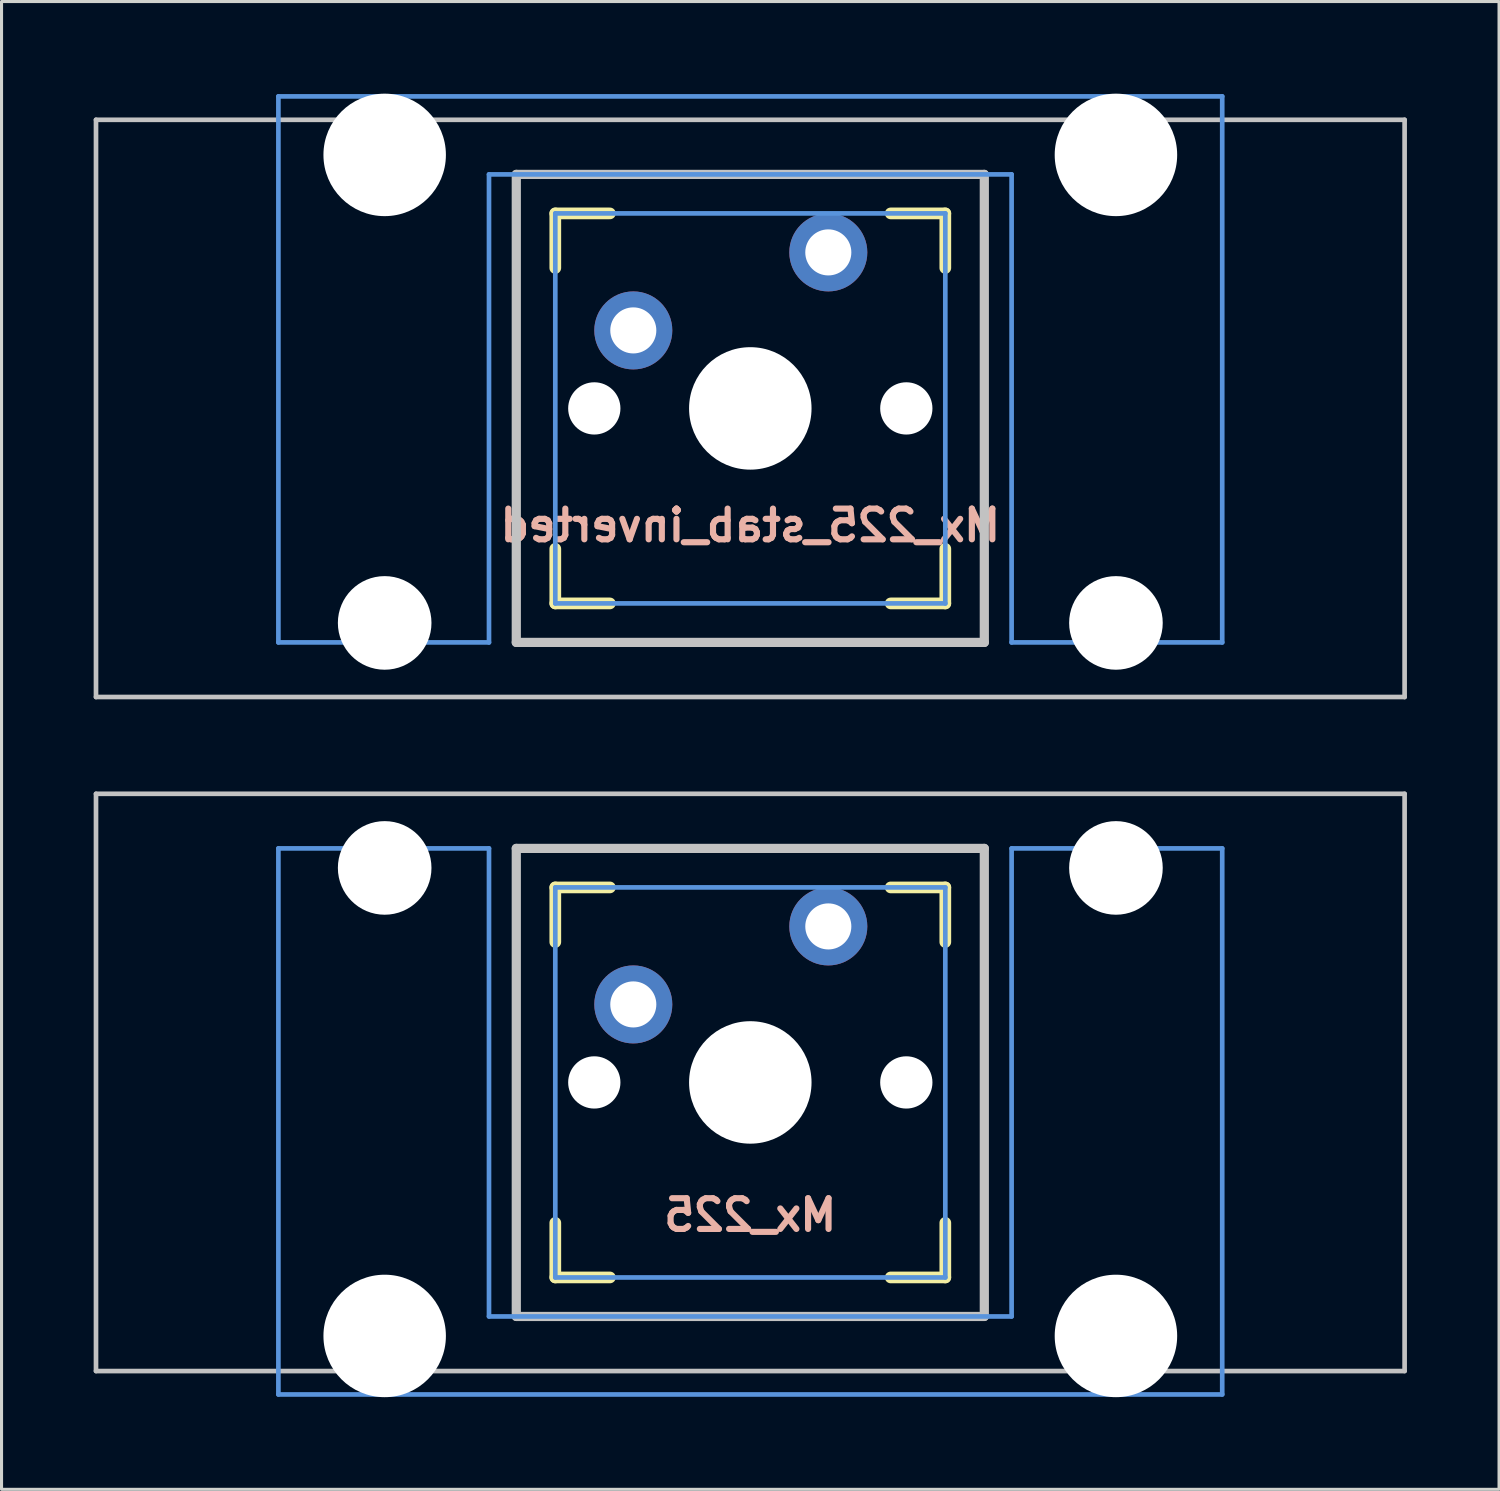
<source format=kicad_pcb>
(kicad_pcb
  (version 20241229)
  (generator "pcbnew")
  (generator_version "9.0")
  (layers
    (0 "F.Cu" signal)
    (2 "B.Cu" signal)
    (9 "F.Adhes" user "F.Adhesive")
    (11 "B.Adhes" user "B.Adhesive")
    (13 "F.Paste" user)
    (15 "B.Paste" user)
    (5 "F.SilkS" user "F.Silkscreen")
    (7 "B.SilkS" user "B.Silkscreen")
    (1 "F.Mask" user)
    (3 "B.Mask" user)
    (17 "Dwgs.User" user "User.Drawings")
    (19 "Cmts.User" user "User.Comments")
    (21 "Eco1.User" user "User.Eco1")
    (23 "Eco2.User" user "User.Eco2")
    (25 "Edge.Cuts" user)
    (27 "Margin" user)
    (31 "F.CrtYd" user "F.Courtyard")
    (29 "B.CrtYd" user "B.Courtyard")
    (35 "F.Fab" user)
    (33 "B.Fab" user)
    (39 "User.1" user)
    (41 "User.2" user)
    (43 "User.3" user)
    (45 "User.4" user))
  (footprint "Mx_225_stab_inverted"
    (layer "F.Cu")
    (at 21.382 10.249)
    (property "Reference" "Mx_225_stab_inverted" (at 0 3.81 180) (layer "B.SilkS") (effects (font (size 1 1) (thickness 0.2)) (justify mirror)))
    (attr through_hole)
    (fp_line (start -6.35 -6.35) (end -4.572 -6.35) (stroke (width 0.381) (type solid)) (layer "F.SilkS"))
    (fp_line (start -6.35 -4.572) (end -6.35 -6.35) (stroke (width 0.381) (type solid)) (layer "F.SilkS"))
    (fp_line (start -6.35 6.35) (end -6.35 4.572) (stroke (width 0.381) (type solid)) (layer "F.SilkS"))
    (fp_line (start -4.572 6.35) (end -6.35 6.35) (stroke (width 0.381) (type solid)) (layer "F.SilkS"))
    (fp_line (start 4.572 -6.35) (end 6.35 -6.35) (stroke (width 0.381) (type solid)) (layer "F.SilkS"))
    (fp_line (start 6.35 -6.35) (end 6.35 -4.572) (stroke (width 0.381) (type solid)) (layer "F.SilkS"))
    (fp_line (start 6.35 4.572) (end 6.35 6.35) (stroke (width 0.381) (type solid)) (layer "F.SilkS"))
    (fp_line (start 6.35 6.35) (end 4.572 6.35) (stroke (width 0.381) (type solid)) (layer "F.SilkS"))
    (fp_line (start -21.306 -9.398) (end 21.306 -9.398) (stroke (width 0.152) (type solid)) (layer "Dwgs.User"))
    (fp_line (start -21.306 9.398) (end -21.306 -9.398) (stroke (width 0.152) (type solid)) (layer "Dwgs.User"))
    (fp_line (start -7.62 -7.62) (end 7.62 -7.62) (stroke (width 0.3) (type solid)) (layer "Dwgs.User"))
    (fp_line (start -7.62 7.62) (end -7.62 -7.62) (stroke (width 0.3) (type solid)) (layer "Dwgs.User"))
    (fp_line (start 7.62 -7.62) (end 7.62 7.62) (stroke (width 0.3) (type solid)) (layer "Dwgs.User"))
    (fp_line (start 7.62 7.62) (end -7.62 7.62) (stroke (width 0.3) (type solid)) (layer "Dwgs.User"))
    (fp_line (start 21.306 -9.398) (end 21.306 9.398) (stroke (width 0.152) (type solid)) (layer "Dwgs.User"))
    (fp_line (start 21.306 9.398) (end -21.306 9.398) (stroke (width 0.152) (type solid)) (layer "Dwgs.User"))
    (fp_line (start -15.367 -10.16) (end -15.367 7.62) (stroke (width 0.152) (type solid)) (layer "Cmts.User"))
    (fp_line (start -15.367 7.62) (end -8.509 7.62) (stroke (width 0.152) (type solid)) (layer "Cmts.User"))
    (fp_line (start -8.509 -7.62) (end 8.509 -7.62) (stroke (width 0.152) (type solid)) (layer "Cmts.User"))
    (fp_line (start -8.509 7.62) (end -8.509 -7.62) (stroke (width 0.152) (type solid)) (layer "Cmts.User"))
    (fp_line (start -6.35 -6.35) (end 6.35 -6.35) (stroke (width 0.152) (type solid)) (layer "Cmts.User"))
    (fp_line (start -6.35 6.35) (end -6.35 -6.35) (stroke (width 0.152) (type solid)) (layer "Cmts.User"))
    (fp_line (start 6.35 -6.35) (end 6.35 6.35) (stroke (width 0.152) (type solid)) (layer "Cmts.User"))
    (fp_line (start 6.35 6.35) (end -6.35 6.35) (stroke (width 0.152) (type solid)) (layer "Cmts.User"))
    (fp_line (start 8.509 -7.62) (end 8.509 7.62) (stroke (width 0.152) (type solid)) (layer "Cmts.User"))
    (fp_line (start 8.509 7.62) (end 15.367 7.62) (stroke (width 0.152) (type solid)) (layer "Cmts.User"))
    (fp_line (start 15.367 -10.16) (end -15.367 -10.16) (stroke (width 0.152) (type solid)) (layer "Cmts.User"))
    (fp_line (start 15.367 7.62) (end 15.367 -10.16) (stroke (width 0.152) (type solid)) (layer "Cmts.User"))
    (fp_line (start -16.129 -0.508) (end -15.265 -0.508) (stroke (width 0.152) (type solid)) (layer "Eco2.User"))
    (fp_line (start -16.129 2.286) (end -16.129 -0.508) (stroke (width 0.152) (type solid)) (layer "Eco2.User"))
    (fp_line (start -15.265 -6.604) (end -14.224 -6.604) (stroke (width 0.152) (type solid)) (layer "Eco2.User"))
    (fp_line (start -15.265 -0.508) (end -15.265 -6.604) (stroke (width 0.152) (type solid)) (layer "Eco2.User"))
    (fp_line (start -15.265 2.286) (end -16.129 2.286) (stroke (width 0.152) (type solid)) (layer "Eco2.User"))
    (fp_line (start -15.265 5.69) (end -15.265 2.286) (stroke (width 0.152) (type solid)) (layer "Eco2.User"))
    (fp_line (start -14.224 -7.772) (end -9.652 -7.772) (stroke (width 0.152) (type solid)) (layer "Eco2.User"))
    (fp_line (start -14.224 -6.604) (end -14.224 -7.772) (stroke (width 0.152) (type solid)) (layer "Eco2.User"))
    (fp_line (start -9.652 -7.772) (end -9.652 -6.604) (stroke (width 0.152) (type solid)) (layer "Eco2.User"))
    (fp_line (start -9.652 -6.604) (end -8.611 -6.604) (stroke (width 0.152) (type solid)) (layer "Eco2.User"))
    (fp_line (start -8.611 -6.604) (end -8.611 -5.817) (stroke (width 0.152) (type solid)) (layer "Eco2.User"))
    (fp_line (start -8.611 -5.817) (end -6.985 -5.817) (stroke (width 0.152) (type solid)) (layer "Eco2.User"))
    (fp_line (start -8.611 4.877) (end -8.611 5.69) (stroke (width 0.152) (type solid)) (layer "Eco2.User"))
    (fp_line (start -8.611 5.69) (end -15.265 5.69) (stroke (width 0.152) (type solid)) (layer "Eco2.User"))
    (fp_line (start -6.985 -6.985) (end 6.985 -6.985) (stroke (width 0.152) (type solid)) (layer "Eco2.User"))
    (fp_line (start -6.985 -6.985) (end 6.985 -6.985) (stroke (width 0.152) (type solid)) (layer "Eco2.User"))
    (fp_line (start -6.985 -5.817) (end -6.985 -6.985) (stroke (width 0.152) (type solid)) (layer "Eco2.User"))
    (fp_line (start -6.985 4.877) (end -8.611 4.877) (stroke (width 0.152) (type solid)) (layer "Eco2.User"))
    (fp_line (start -6.985 6.985) (end -6.985 -6.985) (stroke (width 0.152) (type solid)) (layer "Eco2.User"))
    (fp_line (start -6.985 6.985) (end -6.985 4.877) (stroke (width 0.152) (type solid)) (layer "Eco2.User"))
    (fp_line (start 6.985 -6.985) (end 6.985 -5.817) (stroke (width 0.152) (type solid)) (layer "Eco2.User"))
    (fp_line (start 6.985 -6.985) (end 6.985 6.985) (stroke (width 0.152) (type solid)) (layer "Eco2.User"))
    (fp_line (start 6.985 -5.817) (end 8.611 -5.817) (stroke (width 0.152) (type solid)) (layer "Eco2.User"))
    (fp_line (start 6.985 4.877) (end 6.985 6.985) (stroke (width 0.152) (type solid)) (layer "Eco2.User"))
    (fp_line (start 6.985 6.985) (end -6.985 6.985) (stroke (width 0.152) (type solid)) (layer "Eco2.User"))
    (fp_line (start 6.985 6.985) (end -6.985 6.985) (stroke (width 0.152) (type solid)) (layer "Eco2.User"))
    (fp_line (start 8.611 -6.604) (end 9.652 -6.604) (stroke (width 0.152) (type solid)) (layer "Eco2.User"))
    (fp_line (start 8.611 -5.817) (end 8.611 -6.604) (stroke (width 0.152) (type solid)) (layer "Eco2.User"))
    (fp_line (start 8.611 4.877) (end 6.985 4.877) (stroke (width 0.152) (type solid)) (layer "Eco2.User"))
    (fp_line (start 8.611 5.69) (end 8.611 4.877) (stroke (width 0.152) (type solid)) (layer "Eco2.User"))
    (fp_line (start 9.652 -7.772) (end 14.224 -7.772) (stroke (width 0.152) (type solid)) (layer "Eco2.User"))
    (fp_line (start 9.652 -6.604) (end 9.652 -7.772) (stroke (width 0.152) (type solid)) (layer "Eco2.User"))
    (fp_line (start 14.224 -7.772) (end 14.224 -6.604) (stroke (width 0.152) (type solid)) (layer "Eco2.User"))
    (fp_line (start 14.224 -6.604) (end 15.265 -6.604) (stroke (width 0.152) (type solid)) (layer "Eco2.User"))
    (fp_line (start 15.265 -6.604) (end 15.265 -0.508) (stroke (width 0.152) (type solid)) (layer "Eco2.User"))
    (fp_line (start 15.265 -0.508) (end 16.129 -0.508) (stroke (width 0.152) (type solid)) (layer "Eco2.User"))
    (fp_line (start 15.265 2.286) (end 15.265 5.69) (stroke (width 0.152) (type solid)) (layer "Eco2.User"))
    (fp_line (start 15.265 5.69) (end 8.611 5.69) (stroke (width 0.152) (type solid)) (layer "Eco2.User"))
    (fp_line (start 16.129 -0.508) (end 16.129 2.286) (stroke (width 0.152) (type solid)) (layer "Eco2.User"))
    (fp_line (start 16.129 2.286) (end 15.265 2.286) (stroke (width 0.152) (type solid)) (layer "Eco2.User"))
    (pad "" np_thru_hole circle (at -11.906 -8.255 180) (size 3.988 3.988) (drill 3.988) (layers "*.Cu" "*.Mask"))
    (pad "" np_thru_hole circle (at -11.906 6.985 180) (size 3.048 3.048) (drill 3.048) (layers "*.Cu" "*.Mask"))
    (pad "" np_thru_hole circle (at -5.08 0 180) (size 1.702 1.702) (drill 1.702) (layers "*.Cu" "*.Mask"))
    (pad "" np_thru_hole circle (at 0 0 180) (size 3.988 3.988) (drill 3.988) (layers "*.Cu" "*.Mask"))
    (pad "" np_thru_hole circle (at 5.08 0 180) (size 1.702 1.702) (drill 1.702) (layers "*.Cu" "*.Mask"))
    (pad "" np_thru_hole circle (at 11.906 -8.255 180) (size 3.988 3.988) (drill 3.988) (layers "*.Cu" "*.Mask"))
    (pad "" np_thru_hole circle (at 11.906 6.985 180) (size 3.048 3.048) (drill 3.048) (layers "*.Cu" "*.Mask"))
    (pad "1" thru_hole circle (at 2.54 -5.08) (size 2.54 2.54) (drill 1.5) (layers "*.Cu" "*.Mask"))
    (pad "2" thru_hole circle (at -3.81 -2.54) (size 2.54 2.54) (drill 1.5) (layers "*.Cu" "*.Mask")))
  (footprint "Mx_225"
    (layer "F.Cu")
    (at 21.382 32.197)
    (property "Reference" "Mx_225" (at 0 4.318 0) (layer "B.SilkS") (effects (font (size 1 1) (thickness 0.2)) (justify mirror)))
    (attr through_hole)
    (fp_line (start -6.35 -6.35) (end -4.572 -6.35) (stroke (width 0.381) (type solid)) (layer "F.SilkS"))
    (fp_line (start -6.35 -4.572) (end -6.35 -6.35) (stroke (width 0.381) (type solid)) (layer "F.SilkS"))
    (fp_line (start -6.35 6.35) (end -6.35 4.572) (stroke (width 0.381) (type solid)) (layer "F.SilkS"))
    (fp_line (start -4.572 6.35) (end -6.35 6.35) (stroke (width 0.381) (type solid)) (layer "F.SilkS"))
    (fp_line (start 4.572 -6.35) (end 6.35 -6.35) (stroke (width 0.381) (type solid)) (layer "F.SilkS"))
    (fp_line (start 6.35 -6.35) (end 6.35 -4.572) (stroke (width 0.381) (type solid)) (layer "F.SilkS"))
    (fp_line (start 6.35 4.572) (end 6.35 6.35) (stroke (width 0.381) (type solid)) (layer "F.SilkS"))
    (fp_line (start 6.35 6.35) (end 4.572 6.35) (stroke (width 0.381) (type solid)) (layer "F.SilkS"))
    (fp_line (start -21.306 -9.398) (end 21.306 -9.398) (stroke (width 0.152) (type solid)) (layer "Dwgs.User"))
    (fp_line (start -21.306 9.398) (end -21.306 -9.398) (stroke (width 0.152) (type solid)) (layer "Dwgs.User"))
    (fp_line (start -7.62 -7.62) (end 7.62 -7.62) (stroke (width 0.3) (type solid)) (layer "Dwgs.User"))
    (fp_line (start -7.62 7.62) (end -7.62 -7.62) (stroke (width 0.3) (type solid)) (layer "Dwgs.User"))
    (fp_line (start 7.62 -7.62) (end 7.62 7.62) (stroke (width 0.3) (type solid)) (layer "Dwgs.User"))
    (fp_line (start 7.62 7.62) (end -7.62 7.62) (stroke (width 0.3) (type solid)) (layer "Dwgs.User"))
    (fp_line (start 21.306 -9.398) (end 21.306 9.398) (stroke (width 0.152) (type solid)) (layer "Dwgs.User"))
    (fp_line (start 21.306 9.398) (end -21.306 9.398) (stroke (width 0.152) (type solid)) (layer "Dwgs.User"))
    (fp_line (start -15.367 -7.62) (end -15.367 10.16) (stroke (width 0.152) (type solid)) (layer "Cmts.User"))
    (fp_line (start -15.367 10.16) (end 15.367 10.16) (stroke (width 0.152) (type solid)) (layer "Cmts.User"))
    (fp_line (start -8.509 -7.62) (end -15.367 -7.62) (stroke (width 0.152) (type solid)) (layer "Cmts.User"))
    (fp_line (start -8.509 7.62) (end -8.509 -7.62) (stroke (width 0.152) (type solid)) (layer "Cmts.User"))
    (fp_line (start -6.35 -6.35) (end 6.35 -6.35) (stroke (width 0.152) (type solid)) (layer "Cmts.User"))
    (fp_line (start -6.35 6.35) (end -6.35 -6.35) (stroke (width 0.152) (type solid)) (layer "Cmts.User"))
    (fp_line (start 6.35 -6.35) (end 6.35 6.35) (stroke (width 0.152) (type solid)) (layer "Cmts.User"))
    (fp_line (start 6.35 6.35) (end -6.35 6.35) (stroke (width 0.152) (type solid)) (layer "Cmts.User"))
    (fp_line (start 8.509 -7.62) (end 8.509 7.62) (stroke (width 0.152) (type solid)) (layer "Cmts.User"))
    (fp_line (start 8.509 7.62) (end -8.509 7.62) (stroke (width 0.152) (type solid)) (layer "Cmts.User"))
    (fp_line (start 15.367 -7.62) (end 8.509 -7.62) (stroke (width 0.152) (type solid)) (layer "Cmts.User"))
    (fp_line (start 15.367 10.16) (end 15.367 -7.62) (stroke (width 0.152) (type solid)) (layer "Cmts.User"))
    (fp_line (start -16.129 -2.286) (end -15.265 -2.286) (stroke (width 0.152) (type solid)) (layer "Eco2.User"))
    (fp_line (start -16.129 0.508) (end -16.129 -2.286) (stroke (width 0.152) (type solid)) (layer "Eco2.User"))
    (fp_line (start -15.265 -5.69) (end -8.611 -5.69) (stroke (width 0.152) (type solid)) (layer "Eco2.User"))
    (fp_line (start -15.265 -2.286) (end -15.265 -5.69) (stroke (width 0.152) (type solid)) (layer "Eco2.User"))
    (fp_line (start -15.265 0.508) (end -16.129 0.508) (stroke (width 0.152) (type solid)) (layer "Eco2.User"))
    (fp_line (start -15.265 6.604) (end -15.265 0.508) (stroke (width 0.152) (type solid)) (layer "Eco2.User"))
    (fp_line (start -14.224 6.604) (end -15.265 6.604) (stroke (width 0.152) (type solid)) (layer "Eco2.User"))
    (fp_line (start -14.224 7.772) (end -14.224 6.604) (stroke (width 0.152) (type solid)) (layer "Eco2.User"))
    (fp_line (start -9.652 6.604) (end -9.652 7.772) (stroke (width 0.152) (type solid)) (layer "Eco2.User"))
    (fp_line (start -9.652 7.772) (end -14.224 7.772) (stroke (width 0.152) (type solid)) (layer "Eco2.User"))
    (fp_line (start -8.611 -5.69) (end -8.611 -4.877) (stroke (width 0.152) (type solid)) (layer "Eco2.User"))
    (fp_line (start -8.611 -4.877) (end -6.985 -4.877) (stroke (width 0.152) (type solid)) (layer "Eco2.User"))
    (fp_line (start -8.611 5.817) (end -8.611 6.604) (stroke (width 0.152) (type solid)) (layer "Eco2.User"))
    (fp_line (start -8.611 6.604) (end -9.652 6.604) (stroke (width 0.152) (type solid)) (layer "Eco2.User"))
    (fp_line (start -6.985 -6.985) (end 6.985 -6.985) (stroke (width 0.152) (type solid)) (layer "Eco2.User"))
    (fp_line (start -6.985 -6.985) (end 6.985 -6.985) (stroke (width 0.152) (type solid)) (layer "Eco2.User"))
    (fp_line (start -6.985 -4.877) (end -6.985 -6.985) (stroke (width 0.152) (type solid)) (layer "Eco2.User"))
    (fp_line (start -6.985 5.817) (end -8.611 5.817) (stroke (width 0.152) (type solid)) (layer "Eco2.User"))
    (fp_line (start -6.985 6.985) (end -6.985 -6.985) (stroke (width 0.152) (type solid)) (layer "Eco2.User"))
    (fp_line (start -6.985 6.985) (end -6.985 5.817) (stroke (width 0.152) (type solid)) (layer "Eco2.User"))
    (fp_line (start 6.985 -6.985) (end 6.985 -4.877) (stroke (width 0.152) (type solid)) (layer "Eco2.User"))
    (fp_line (start 6.985 -6.985) (end 6.985 6.985) (stroke (width 0.152) (type solid)) (layer "Eco2.User"))
    (fp_line (start 6.985 -4.877) (end 8.611 -4.877) (stroke (width 0.152) (type solid)) (layer "Eco2.User"))
    (fp_line (start 6.985 5.817) (end 6.985 6.985) (stroke (width 0.152) (type solid)) (layer "Eco2.User"))
    (fp_line (start 6.985 6.985) (end -6.985 6.985) (stroke (width 0.152) (type solid)) (layer "Eco2.User"))
    (fp_line (start 6.985 6.985) (end -6.985 6.985) (stroke (width 0.152) (type solid)) (layer "Eco2.User"))
    (fp_line (start 8.611 -5.69) (end 15.265 -5.69) (stroke (width 0.152) (type solid)) (layer "Eco2.User"))
    (fp_line (start 8.611 -4.877) (end 8.611 -5.69) (stroke (width 0.152) (type solid)) (layer "Eco2.User"))
    (fp_line (start 8.611 5.817) (end 6.985 5.817) (stroke (width 0.152) (type solid)) (layer "Eco2.User"))
    (fp_line (start 8.611 6.604) (end 8.611 5.817) (stroke (width 0.152) (type solid)) (layer "Eco2.User"))
    (fp_line (start 9.652 6.604) (end 8.611 6.604) (stroke (width 0.152) (type solid)) (layer "Eco2.User"))
    (fp_line (start 9.652 7.772) (end 9.652 6.604) (stroke (width 0.152) (type solid)) (layer "Eco2.User"))
    (fp_line (start 14.224 6.604) (end 14.224 7.772) (stroke (width 0.152) (type solid)) (layer "Eco2.User"))
    (fp_line (start 14.224 7.772) (end 9.652 7.772) (stroke (width 0.152) (type solid)) (layer "Eco2.User"))
    (fp_line (start 15.265 -5.69) (end 15.265 -2.286) (stroke (width 0.152) (type solid)) (layer "Eco2.User"))
    (fp_line (start 15.265 -2.286) (end 16.129 -2.286) (stroke (width 0.152) (type solid)) (layer "Eco2.User"))
    (fp_line (start 15.265 0.508) (end 15.265 6.604) (stroke (width 0.152) (type solid)) (layer "Eco2.User"))
    (fp_line (start 15.265 6.604) (end 14.224 6.604) (stroke (width 0.152) (type solid)) (layer "Eco2.User"))
    (fp_line (start 16.129 -2.286) (end 16.129 0.508) (stroke (width 0.152) (type solid)) (layer "Eco2.User"))
    (fp_line (start 16.129 0.508) (end 15.265 0.508) (stroke (width 0.152) (type solid)) (layer "Eco2.User"))
    (pad "" np_thru_hole circle (at -11.906 -6.985) (size 3.048 3.048) (drill 3.048) (layers "*.Cu" "*.Mask"))
    (pad "" np_thru_hole circle (at -11.906 8.255) (size 3.988 3.988) (drill 3.988) (layers "*.Cu" "*.Mask"))
    (pad "" np_thru_hole circle (at -5.08 0) (size 1.702 1.702) (drill 1.702) (layers "*.Cu" "*.Mask"))
    (pad "" np_thru_hole circle (at 0 0) (size 3.988 3.988) (drill 3.988) (layers "*.Cu" "*.Mask"))
    (pad "" np_thru_hole circle (at 5.08 0) (size 1.702 1.702) (drill 1.702) (layers "*.Cu" "*.Mask"))
    (pad "" np_thru_hole circle (at 11.906 -6.985) (size 3.048 3.048) (drill 3.048) (layers "*.Cu" "*.Mask"))
    (pad "" np_thru_hole circle (at 11.906 8.255) (size 3.988 3.988) (drill 3.988) (layers "*.Cu" "*.Mask"))
    (pad "1" thru_hole circle (at 2.54 -5.08) (size 2.54 2.54) (drill 1.5) (layers "*.Cu" "*.Mask"))
    (pad "2" thru_hole circle (at -3.81 -2.54) (size 2.54 2.54) (drill 1.5) (layers "*.Cu" "*.Mask")))
  (gr_rect
    (start -3 -3)
    (end 45.763 45.446)
    (stroke (width 0.1) (type default))
    (fill no)
    (layer "Edge.Cuts")))
</source>
